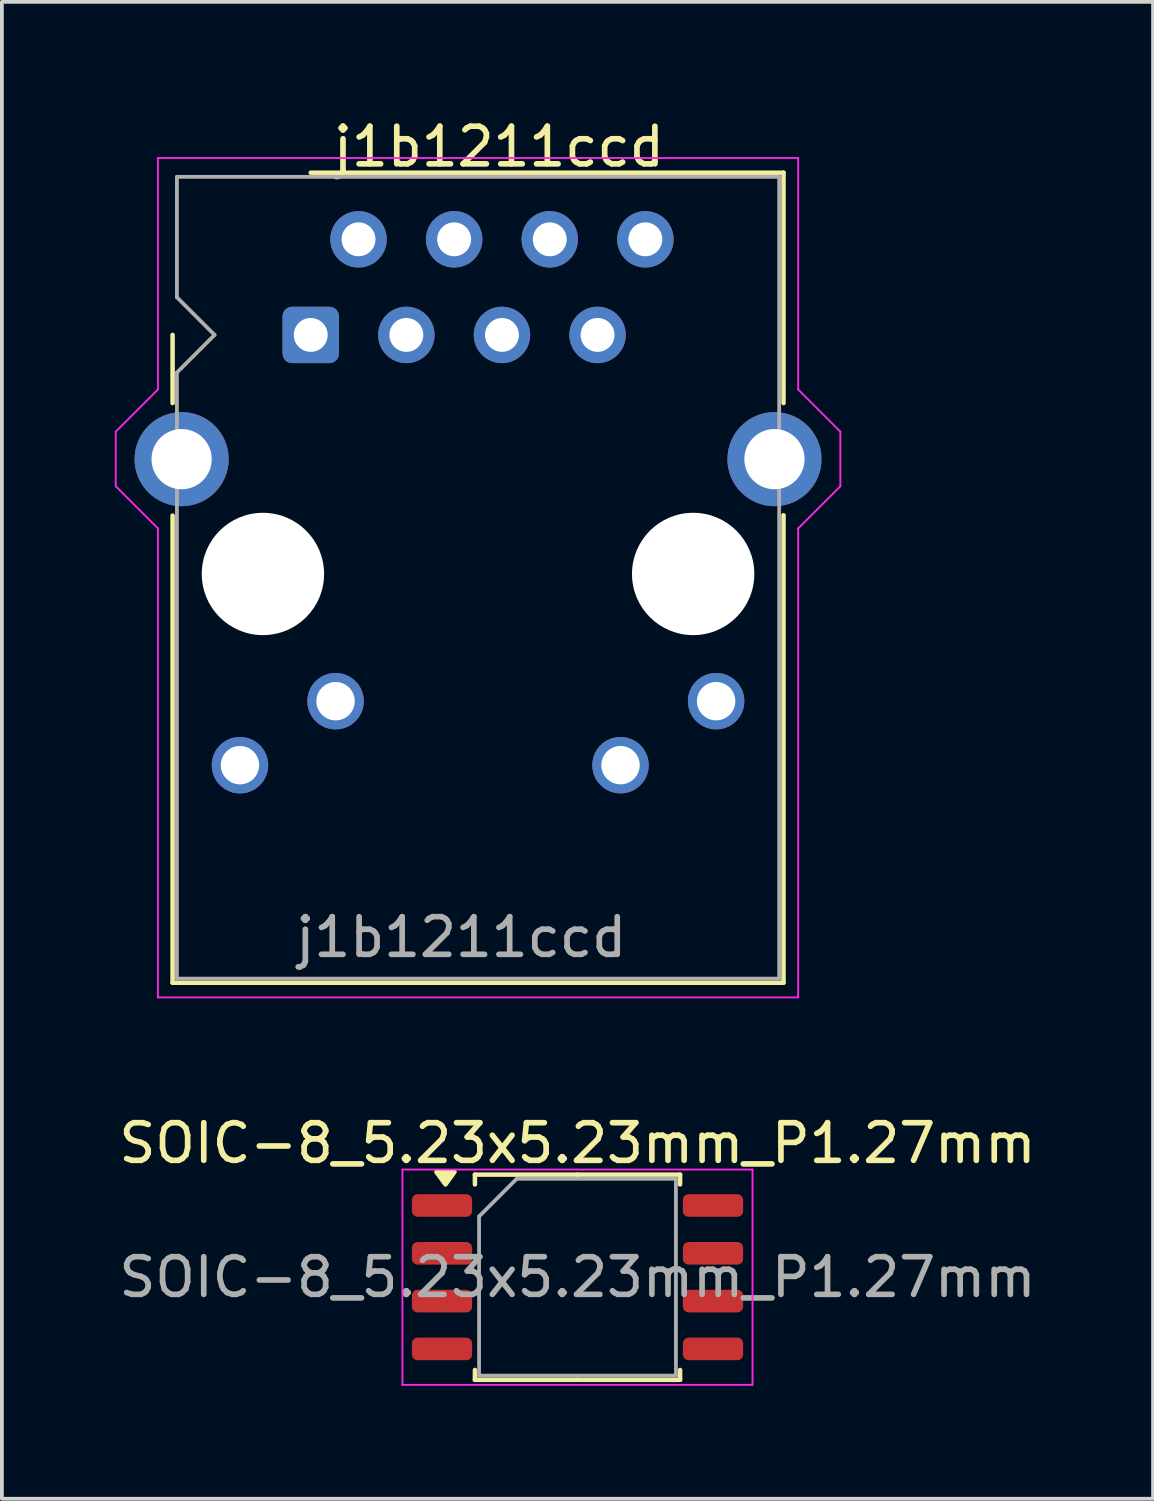
<source format=kicad_pcb>
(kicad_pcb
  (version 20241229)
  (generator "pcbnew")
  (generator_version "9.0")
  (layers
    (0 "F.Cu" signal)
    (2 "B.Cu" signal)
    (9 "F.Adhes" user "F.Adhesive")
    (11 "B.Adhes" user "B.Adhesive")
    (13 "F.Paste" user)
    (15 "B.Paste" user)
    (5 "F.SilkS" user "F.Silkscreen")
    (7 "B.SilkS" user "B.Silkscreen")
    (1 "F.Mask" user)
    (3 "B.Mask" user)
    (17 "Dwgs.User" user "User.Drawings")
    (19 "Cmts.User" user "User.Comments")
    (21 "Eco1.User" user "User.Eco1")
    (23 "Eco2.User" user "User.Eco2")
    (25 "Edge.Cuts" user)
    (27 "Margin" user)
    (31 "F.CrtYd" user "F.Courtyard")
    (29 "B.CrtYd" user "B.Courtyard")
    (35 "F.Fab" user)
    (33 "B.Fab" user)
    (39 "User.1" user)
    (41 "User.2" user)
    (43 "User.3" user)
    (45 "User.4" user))
  (footprint "j1b1211ccd"
    (layer "F.Cu")
    (at 5.205 5.848)
    (property "Reference" "j1b1211ccd" (at 5 -5 0) (layer "F.SilkS") (effects (font (size 1 1) (thickness 0.15))))
    (attr through_hole)
    (fp_line (start -3.67 0) (end -3.67 1.81) (stroke (width 0.12) (type solid)) (layer "F.SilkS"))
    (fp_line (start -3.67 4.8) (end -3.67 17.21) (stroke (width 0.12) (type solid)) (layer "F.SilkS"))
    (fp_line (start 0 -4.31) (end 12.56 -4.31) (stroke (width 0.12) (type solid)) (layer "F.SilkS"))
    (fp_line (start 12.56 -4.31) (end 12.56 1.81) (stroke (width 0.12) (type solid)) (layer "F.SilkS"))
    (fp_line (start 12.56 4.79) (end 12.56 17.21) (stroke (width 0.12) (type solid)) (layer "F.SilkS"))
    (fp_line (start 12.56 17.21) (end -3.67 17.21) (stroke (width 0.12) (type solid)) (layer "F.SilkS"))
    (fp_line (start -5.18 4.02) (end -5.18 2.57) (stroke (width 0.05) (type solid)) (layer "F.CrtYd"))
    (fp_line (start -5.18 4.02) (end -4.06 5.14) (stroke (width 0.05) (type solid)) (layer "F.CrtYd"))
    (fp_line (start -4.06 -4.7) (end 12.95 -4.7) (stroke (width 0.05) (type solid)) (layer "F.CrtYd"))
    (fp_line (start -4.06 1.45) (end -5.18 2.57) (stroke (width 0.05) (type solid)) (layer "F.CrtYd"))
    (fp_line (start -4.06 1.45) (end -4.06 -4.7) (stroke (width 0.05) (type solid)) (layer "F.CrtYd"))
    (fp_line (start -4.06 5.14) (end -4.06 17.6) (stroke (width 0.05) (type solid)) (layer "F.CrtYd"))
    (fp_line (start -4.06 17.6) (end 12.95 17.6) (stroke (width 0.05) (type solid)) (layer "F.CrtYd"))
    (fp_line (start 12.95 1.45) (end 12.95 -4.7) (stroke (width 0.05) (type solid)) (layer "F.CrtYd"))
    (fp_line (start 12.95 1.45) (end 14.07 2.57) (stroke (width 0.05) (type solid)) (layer "F.CrtYd"))
    (fp_line (start 12.95 5.14) (end 12.95 17.6) (stroke (width 0.05) (type solid)) (layer "F.CrtYd"))
    (fp_line (start 14.07 4.02) (end 12.95 5.14) (stroke (width 0.05) (type solid)) (layer "F.CrtYd"))
    (fp_line (start 14.07 4.02) (end 14.07 2.57) (stroke (width 0.05) (type solid)) (layer "F.CrtYd"))
    (fp_line (start -3.555 -4.2) (end -3.555 -1) (stroke (width 0.1) (type solid)) (layer "F.Fab"))
    (fp_line (start -3.555 -4.2) (end 12.445 -4.2) (stroke (width 0.1) (type solid)) (layer "F.Fab"))
    (fp_line (start -3.555 1) (end -3.555 17.1) (stroke (width 0.1) (type solid)) (layer "F.Fab"))
    (fp_line (start -3.555 17.1) (end 12.445 17.1) (stroke (width 0.1) (type solid)) (layer "F.Fab"))
    (fp_line (start -2.555 0) (end -3.555 -1) (stroke (width 0.1) (type solid)) (layer "F.Fab"))
    (fp_line (start -2.555 0) (end -3.555 1) (stroke (width 0.1) (type solid)) (layer "F.Fab"))
    (fp_line (start 12.445 -4.2) (end 12.445 17.1) (stroke (width 0.1) (type solid)) (layer "F.Fab"))
    (fp_text user "${REFERENCE}" (at 4 16 0) (layer "F.Fab") (effects (font (size 1 1) (thickness 0.15))))
    (pad "" np_thru_hole circle (at -1.27 6.35) (size 3.25 3.25) (drill 3.25) (layers "*.Cu" "*.Mask"))
    (pad "" np_thru_hole circle (at 10.16 6.35) (size 3.25 3.25) (drill 3.25) (layers "*.Cu" "*.Mask"))
    (pad "1" thru_hole roundrect (at 0 0) (size 1.5 1.5) (drill 0.9) (layers "*.Cu" "*.Mask") (roundrect_rratio 0.167))
    (pad "2" thru_hole circle (at 1.27 -2.54) (size 1.5 1.5) (drill 0.9) (layers "*.Cu" "*.Mask"))
    (pad "3" thru_hole circle (at 2.54 0) (size 1.5 1.5) (drill 0.9) (layers "*.Cu" "*.Mask"))
    (pad "4" thru_hole circle (at 3.81 -2.54) (size 1.5 1.5) (drill 0.9) (layers "*.Cu" "*.Mask"))
    (pad "5" thru_hole circle (at 5.08 0) (size 1.5 1.5) (drill 0.9) (layers "*.Cu" "*.Mask"))
    (pad "6" thru_hole circle (at 6.35 -2.54) (size 1.5 1.5) (drill 0.9) (layers "*.Cu" "*.Mask"))
    (pad "7" thru_hole circle (at 7.62 0) (size 1.5 1.5) (drill 0.9) (layers "*.Cu" "*.Mask"))
    (pad "8" thru_hole circle (at 8.89 -2.54) (size 1.5 1.5) (drill 0.9) (layers "*.Cu" "*.Mask"))
    (pad "9" thru_hole circle (at -1.88 11.43) (size 1.5 1.5) (drill 1.02) (layers "*.Cu" "*.Mask"))
    (pad "10" thru_hole circle (at 0.66 9.73) (size 1.5 1.5) (drill 1.02) (layers "*.Cu" "*.Mask"))
    (pad "11" thru_hole circle (at 8.23 11.43) (size 1.5 1.5) (drill 1.02) (layers "*.Cu" "*.Mask"))
    (pad "12" thru_hole circle (at 10.77 9.73) (size 1.5 1.5) (drill 1.02) (layers "*.Cu" "*.Mask"))
    (pad "13" thru_hole circle (at -3.43 3.3) (size 2.5 2.5) (drill 1.6) (layers "*.Cu" "*.Mask"))
    (pad "13" thru_hole circle (at 12.32 3.3) (size 2.5 2.5) (drill 1.6) (layers "*.Cu" "*.Mask")))
  (footprint "SOIC-8_5.23x5.23mm_P1.27mm"
    (layer "F.Cu")
    (at 12.292 30.881)
    (property "Reference" "SOIC-8_5.23x5.23mm_P1.27mm" (at 0 -3.56 0) (layer "F.SilkS") (effects (font (size 1 1) (thickness 0.15))))
    (attr smd)
    (fp_line (start -2.725 -2.725) (end -2.725 -2.465) (stroke (width 0.12) (type solid)) (layer "F.SilkS"))
    (fp_line (start -2.725 2.725) (end -2.725 2.465) (stroke (width 0.12) (type solid)) (layer "F.SilkS"))
    (fp_line (start 0 -2.725) (end -2.725 -2.725) (stroke (width 0.12) (type solid)) (layer "F.SilkS"))
    (fp_line (start 0 -2.725) (end 2.725 -2.725) (stroke (width 0.12) (type solid)) (layer "F.SilkS"))
    (fp_line (start 0 2.725) (end -2.725 2.725) (stroke (width 0.12) (type solid)) (layer "F.SilkS"))
    (fp_line (start 0 2.725) (end 2.725 2.725) (stroke (width 0.12) (type solid)) (layer "F.SilkS"))
    (fp_line (start 2.725 -2.725) (end 2.725 -2.465) (stroke (width 0.12) (type solid)) (layer "F.SilkS"))
    (fp_line (start 2.725 2.725) (end 2.725 2.465) (stroke (width 0.12) (type solid)) (layer "F.SilkS"))
    (fp_poly (pts (xy -3.507 -2.465) (xy -3.748 -2.795) (xy -3.268 -2.795) (xy -3.507 -2.465)) (stroke (width 0.12) (type solid)) (fill yes) (layer "F.SilkS"))
    (fp_line (start -4.65 -2.86) (end -4.65 2.86) (stroke (width 0.05) (type solid)) (layer "F.CrtYd"))
    (fp_line (start -4.65 2.86) (end 4.65 2.86) (stroke (width 0.05) (type solid)) (layer "F.CrtYd"))
    (fp_line (start 4.65 -2.86) (end -4.65 -2.86) (stroke (width 0.05) (type solid)) (layer "F.CrtYd"))
    (fp_line (start 4.65 2.86) (end 4.65 -2.86) (stroke (width 0.05) (type solid)) (layer "F.CrtYd"))
    (fp_line (start -2.615 -1.615) (end -1.615 -2.615) (stroke (width 0.1) (type solid)) (layer "F.Fab"))
    (fp_line (start -2.615 2.615) (end -2.615 -1.615) (stroke (width 0.1) (type solid)) (layer "F.Fab"))
    (fp_line (start -1.615 -2.615) (end 2.615 -2.615) (stroke (width 0.1) (type solid)) (layer "F.Fab"))
    (fp_line (start 2.615 -2.615) (end 2.615 2.615) (stroke (width 0.1) (type solid)) (layer "F.Fab"))
    (fp_line (start 2.615 2.615) (end -2.615 2.615) (stroke (width 0.1) (type solid)) (layer "F.Fab"))
    (fp_text user "${REFERENCE}" (at 0 0 0) (layer "F.Fab") (effects (font (size 1 1) (thickness 0.15))))
    (pad "1" smd roundrect (at -3.6 -1.905) (size 1.6 0.6) (layers "F.Cu" "F.Mask" "F.Paste") (roundrect_rratio 0.25))
    (pad "2" smd roundrect (at -3.6 -0.635) (size 1.6 0.6) (layers "F.Cu" "F.Mask" "F.Paste") (roundrect_rratio 0.25))
    (pad "3" smd roundrect (at -3.6 0.635) (size 1.6 0.6) (layers "F.Cu" "F.Mask" "F.Paste") (roundrect_rratio 0.25))
    (pad "4" smd roundrect (at -3.6 1.905) (size 1.6 0.6) (layers "F.Cu" "F.Mask" "F.Paste") (roundrect_rratio 0.25))
    (pad "5" smd roundrect (at 3.6 1.905) (size 1.6 0.6) (layers "F.Cu" "F.Mask" "F.Paste") (roundrect_rratio 0.25))
    (pad "6" smd roundrect (at 3.6 0.635) (size 1.6 0.6) (layers "F.Cu" "F.Mask" "F.Paste") (roundrect_rratio 0.25))
    (pad "7" smd roundrect (at 3.6 -0.635) (size 1.6 0.6) (layers "F.Cu" "F.Mask" "F.Paste") (roundrect_rratio 0.25))
    (pad "8" smd roundrect (at 3.6 -1.905) (size 1.6 0.6) (layers "F.Cu" "F.Mask" "F.Paste") (roundrect_rratio 0.25)))
  (gr_rect
    (start -3 -3)
    (end 27.583 36.767)
    (stroke (width 0.1) (type default))
    (fill no)
    (layer "Edge.Cuts")))
</source>
